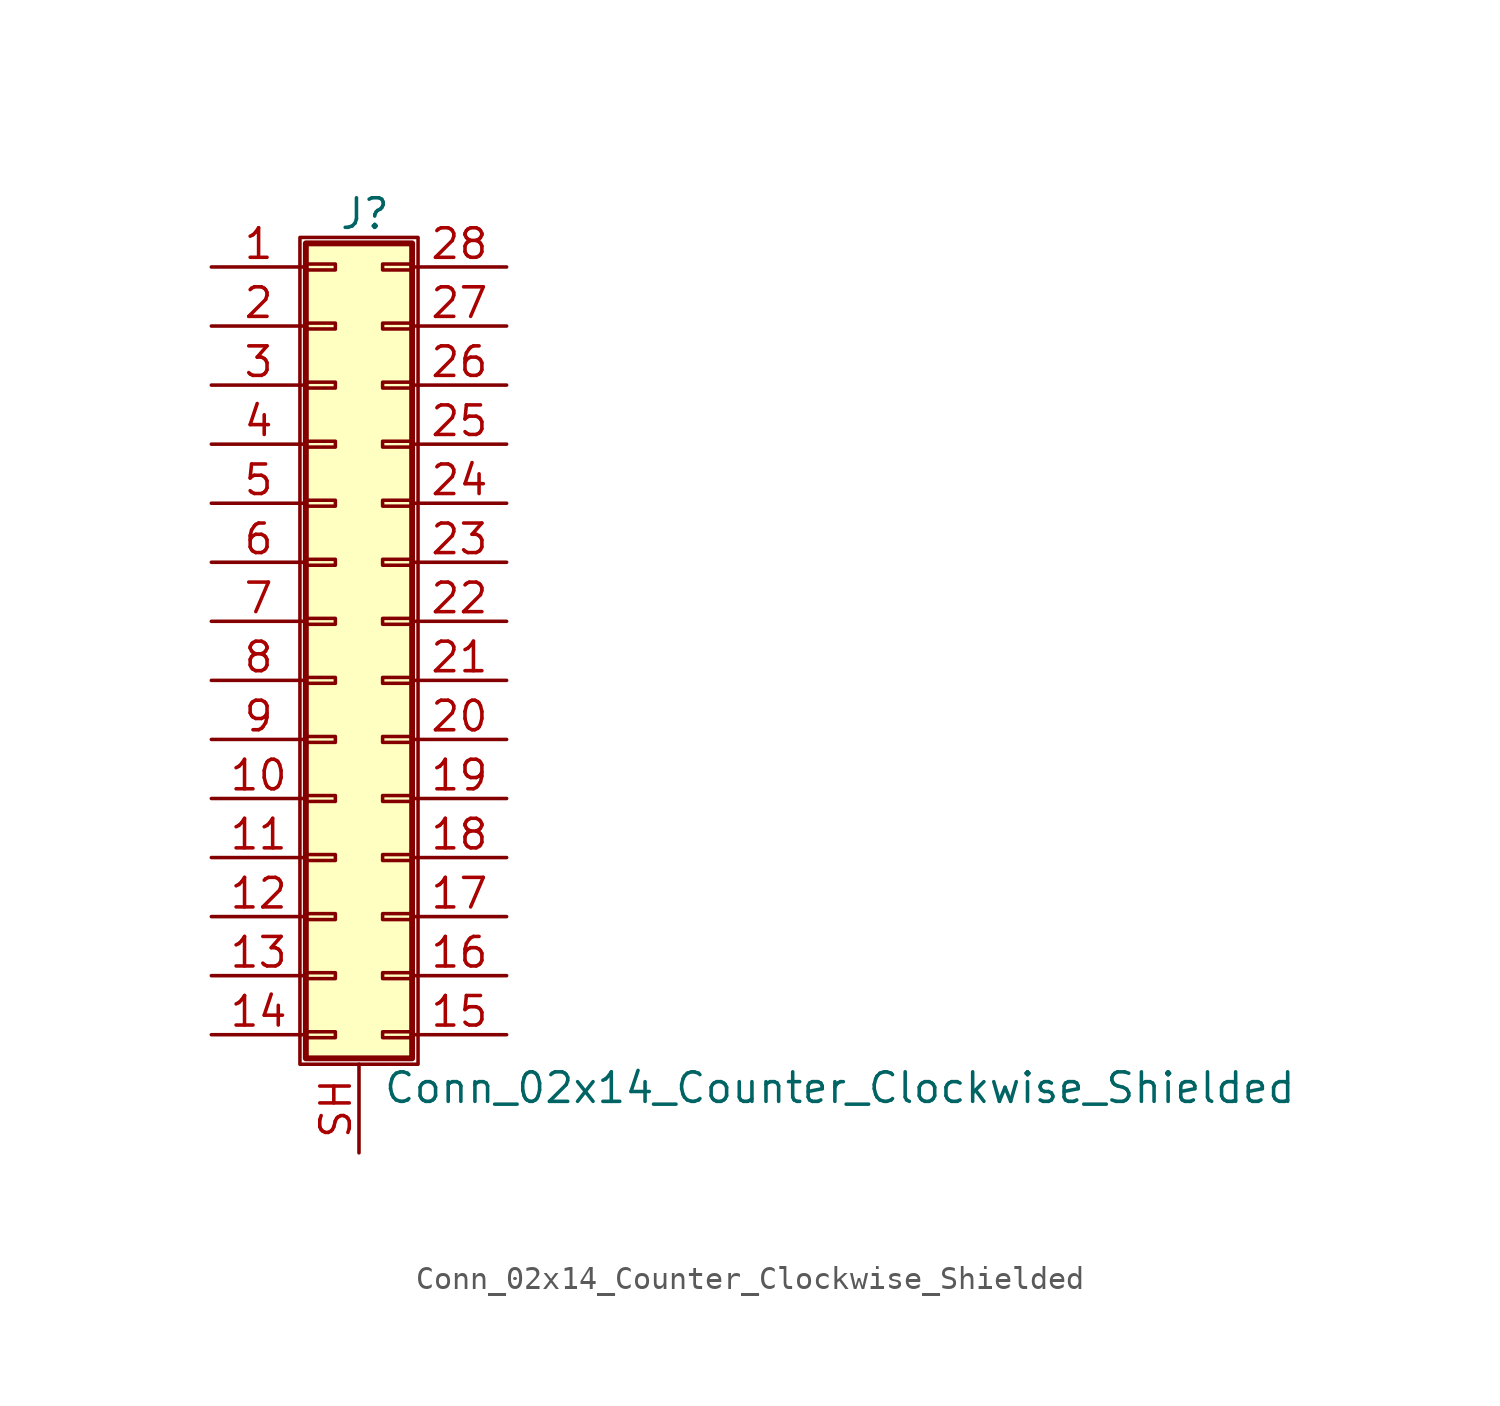
<source format=kicad_sym>
(kicad_symbol_lib
  (version 20201005)
  (generator kicad_symbol_editor)
  (symbol "Conn_02x14_Counter_Clockwise_Shielded"
    (pin_names
      (offset 1.016) hide)
    (property "Reference" "J"
      (at 1.524 17.526 0)
      (effects (font (size 1.27 1.27))))
    (property "Value" "Conn_02x14_Counter_Clockwise_Shielded"
      (at 2.286 -20.066 0)
      (effects (font (size 1.27 1.27)) (justify left)))
    (symbol "Conn_02x14_Counter_Clockwise_Shielded_1_1"
      (rectangle (start -1.27 16.51) (end 3.81 -19.05) (stroke (width 0.152)) (fill (type none)))
      (rectangle (start -1.016 -17.653) (end 0.254 -17.907) (stroke (width 0.152)) (fill (type none)))
      (rectangle (start -1.016 -15.113) (end 0.254 -15.367) (stroke (width 0.152)) (fill (type none)))
      (rectangle (start -1.016 -12.573) (end 0.254 -12.827) (stroke (width 0.152)) (fill (type none)))
      (rectangle (start -1.016 -10.033) (end 0.254 -10.287) (stroke (width 0.152)) (fill (type none)))
      (rectangle (start -1.016 -7.493) (end 0.254 -7.747) (stroke (width 0.152)) (fill (type none)))
      (rectangle (start -1.016 -4.953) (end 0.254 -5.207) (stroke (width 0.152)) (fill (type none)))
      (rectangle (start -1.016 -2.413) (end 0.254 -2.667) (stroke (width 0.152)) (fill (type none)))
      (rectangle (start -1.016 0.127) (end 0.254 -0.127) (stroke (width 0.152)) (fill (type none)))
      (rectangle (start -1.016 2.667) (end 0.254 2.413) (stroke (width 0.152)) (fill (type none)))
      (rectangle (start -1.016 5.207) (end 0.254 4.953) (stroke (width 0.152)) (fill (type none)))
      (rectangle (start -1.016 7.747) (end 0.254 7.493) (stroke (width 0.152)) (fill (type none)))
      (rectangle (start -1.016 10.287) (end 0.254 10.033) (stroke (width 0.152)) (fill (type none)))
      (rectangle (start -1.016 12.827) (end 0.254 12.573) (stroke (width 0.152)) (fill (type none)))
      (rectangle (start -1.016 15.367) (end 0.254 15.113) (stroke (width 0.152)) (fill (type none)))
      (rectangle (start -1.016 16.256) (end 3.556 -18.796) (stroke (width 0.254)) (fill (type background)))
      (rectangle (start 3.556 -17.653) (end 2.286 -17.907) (stroke (width 0.152)) (fill (type none)))
      (rectangle (start 3.556 -15.113) (end 2.286 -15.367) (stroke (width 0.152)) (fill (type none)))
      (rectangle (start 3.556 -12.573) (end 2.286 -12.827) (stroke (width 0.152)) (fill (type none)))
      (rectangle (start 3.556 -10.033) (end 2.286 -10.287) (stroke (width 0.152)) (fill (type none)))
      (rectangle (start 3.556 -7.493) (end 2.286 -7.747) (stroke (width 0.152)) (fill (type none)))
      (rectangle (start 3.556 -4.953) (end 2.286 -5.207) (stroke (width 0.152)) (fill (type none)))
      (rectangle (start 3.556 -2.413) (end 2.286 -2.667) (stroke (width 0.152)) (fill (type none)))
      (rectangle (start 3.556 0.127) (end 2.286 -0.127) (stroke (width 0.152)) (fill (type none)))
      (rectangle (start 3.556 2.667) (end 2.286 2.413) (stroke (width 0.152)) (fill (type none)))
      (rectangle (start 3.556 5.207) (end 2.286 4.953) (stroke (width 0.152)) (fill (type none)))
      (rectangle (start 3.556 7.747) (end 2.286 7.493) (stroke (width 0.152)) (fill (type none)))
      (rectangle (start 3.556 10.287) (end 2.286 10.033) (stroke (width 0.152)) (fill (type none)))
      (rectangle (start 3.556 12.827) (end 2.286 12.573) (stroke (width 0.152)) (fill (type none)))
      (rectangle (start 3.556 15.367) (end 2.286 15.113) (stroke (width 0.152)) (fill (type none)))
      (pin passive line (at -5.08 15.24 0) (length 4.064) (name "Pin_1" (effects (font (size 1.27 1.27)))) (number "1" (effects (font (size 1.27 1.27)))))
      (pin passive line (at -5.08 -7.62 0) (length 4.064) (name "Pin_10" (effects (font (size 1.27 1.27)))) (number "10" (effects (font (size 1.27 1.27)))))
      (pin passive line (at -5.08 -10.16 0) (length 4.064) (name "Pin_11" (effects (font (size 1.27 1.27)))) (number "11" (effects (font (size 1.27 1.27)))))
      (pin passive line (at -5.08 -12.7 0) (length 4.064) (name "Pin_12" (effects (font (size 1.27 1.27)))) (number "12" (effects (font (size 1.27 1.27)))))
      (pin passive line (at -5.08 -15.24 0) (length 4.064) (name "Pin_13" (effects (font (size 1.27 1.27)))) (number "13" (effects (font (size 1.27 1.27)))))
      (pin passive line (at -5.08 -17.78 0) (length 4.064) (name "Pin_14" (effects (font (size 1.27 1.27)))) (number "14" (effects (font (size 1.27 1.27)))))
      (pin passive line (at 7.62 -17.78 180) (length 4.064) (name "Pin_15" (effects (font (size 1.27 1.27)))) (number "15" (effects (font (size 1.27 1.27)))))
      (pin passive line (at 7.62 -15.24 180) (length 4.064) (name "Pin_16" (effects (font (size 1.27 1.27)))) (number "16" (effects (font (size 1.27 1.27)))))
      (pin passive line (at 7.62 -12.7 180) (length 4.064) (name "Pin_17" (effects (font (size 1.27 1.27)))) (number "17" (effects (font (size 1.27 1.27)))))
      (pin passive line (at 7.62 -10.16 180) (length 4.064) (name "Pin_18" (effects (font (size 1.27 1.27)))) (number "18" (effects (font (size 1.27 1.27)))))
      (pin passive line (at 7.62 -7.62 180) (length 4.064) (name "Pin_19" (effects (font (size 1.27 1.27)))) (number "19" (effects (font (size 1.27 1.27)))))
      (pin passive line (at -5.08 12.7 0) (length 4.064) (name "Pin_2" (effects (font (size 1.27 1.27)))) (number "2" (effects (font (size 1.27 1.27)))))
      (pin passive line (at 7.62 -5.08 180) (length 4.064) (name "Pin_20" (effects (font (size 1.27 1.27)))) (number "20" (effects (font (size 1.27 1.27)))))
      (pin passive line (at 7.62 -2.54 180) (length 4.064) (name "Pin_21" (effects (font (size 1.27 1.27)))) (number "21" (effects (font (size 1.27 1.27)))))
      (pin passive line (at 7.62 0 180) (length 4.064) (name "Pin_22" (effects (font (size 1.27 1.27)))) (number "22" (effects (font (size 1.27 1.27)))))
      (pin passive line (at 7.62 2.54 180) (length 4.064) (name "Pin_23" (effects (font (size 1.27 1.27)))) (number "23" (effects (font (size 1.27 1.27)))))
      (pin passive line (at 7.62 5.08 180) (length 4.064) (name "Pin_24" (effects (font (size 1.27 1.27)))) (number "24" (effects (font (size 1.27 1.27)))))
      (pin passive line (at 7.62 7.62 180) (length 4.064) (name "Pin_25" (effects (font (size 1.27 1.27)))) (number "25" (effects (font (size 1.27 1.27)))))
      (pin passive line (at 7.62 10.16 180) (length 4.064) (name "Pin_26" (effects (font (size 1.27 1.27)))) (number "26" (effects (font (size 1.27 1.27)))))
      (pin passive line (at 7.62 12.7 180) (length 4.064) (name "Pin_27" (effects (font (size 1.27 1.27)))) (number "27" (effects (font (size 1.27 1.27)))))
      (pin passive line (at 7.62 15.24 180) (length 4.064) (name "Pin_28" (effects (font (size 1.27 1.27)))) (number "28" (effects (font (size 1.27 1.27)))))
      (pin passive line (at -5.08 10.16 0) (length 4.064) (name "Pin_3" (effects (font (size 1.27 1.27)))) (number "3" (effects (font (size 1.27 1.27)))))
      (pin passive line (at -5.08 7.62 0) (length 4.064) (name "Pin_4" (effects (font (size 1.27 1.27)))) (number "4" (effects (font (size 1.27 1.27)))))
      (pin passive line (at -5.08 5.08 0) (length 4.064) (name "Pin_5" (effects (font (size 1.27 1.27)))) (number "5" (effects (font (size 1.27 1.27)))))
      (pin passive line (at -5.08 2.54 0) (length 4.064) (name "Pin_6" (effects (font (size 1.27 1.27)))) (number "6" (effects (font (size 1.27 1.27)))))
      (pin passive line (at -5.08 0 0) (length 4.064) (name "Pin_7" (effects (font (size 1.27 1.27)))) (number "7" (effects (font (size 1.27 1.27)))))
      (pin passive line (at -5.08 -2.54 0) (length 4.064) (name "Pin_8" (effects (font (size 1.27 1.27)))) (number "8" (effects (font (size 1.27 1.27)))))
      (pin passive line (at -5.08 -5.08 0) (length 4.064) (name "Pin_9" (effects (font (size 1.27 1.27)))) (number "9" (effects (font (size 1.27 1.27)))))
      (pin passive line (at 1.27 -22.86 90) (length 3.81) (name "Shield" (effects (font (size 1.27 1.27)))) (number "SH" (effects (font (size 1.27 1.27))))))))
</source>
